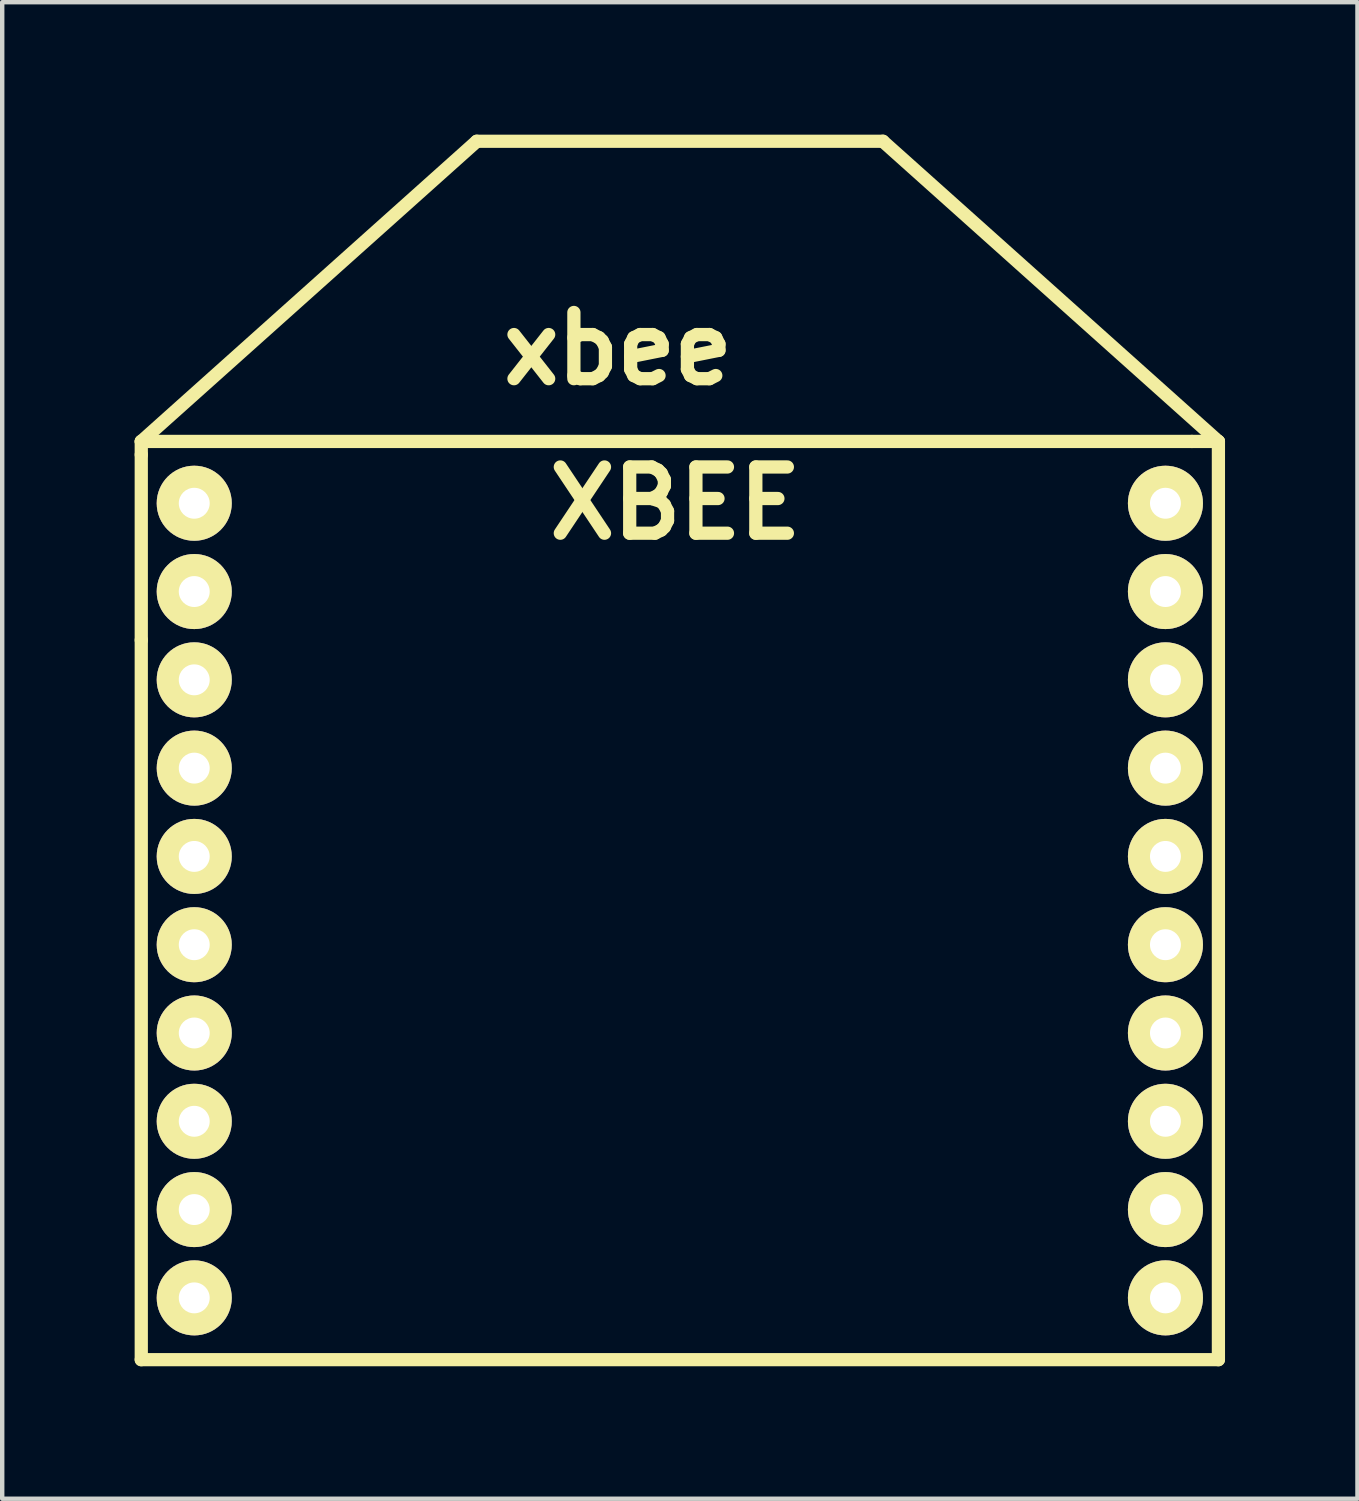
<source format=kicad_pcb>
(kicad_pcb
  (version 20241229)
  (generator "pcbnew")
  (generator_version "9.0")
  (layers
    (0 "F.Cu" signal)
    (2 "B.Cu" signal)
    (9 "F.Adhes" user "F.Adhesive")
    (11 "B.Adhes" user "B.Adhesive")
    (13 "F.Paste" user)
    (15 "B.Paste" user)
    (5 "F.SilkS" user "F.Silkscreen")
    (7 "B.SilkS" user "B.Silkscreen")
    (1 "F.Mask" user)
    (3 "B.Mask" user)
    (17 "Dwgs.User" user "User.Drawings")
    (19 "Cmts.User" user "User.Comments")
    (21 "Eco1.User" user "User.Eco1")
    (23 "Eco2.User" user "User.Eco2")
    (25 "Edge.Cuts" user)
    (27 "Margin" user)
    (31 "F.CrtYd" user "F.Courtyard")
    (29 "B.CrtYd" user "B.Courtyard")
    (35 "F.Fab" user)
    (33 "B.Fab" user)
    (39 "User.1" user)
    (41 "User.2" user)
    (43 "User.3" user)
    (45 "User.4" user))
  (footprint "xbee"
    (layer "F.Cu")
    (at 1.35 8.35)
    (property "Reference" "xbee" (at 9.6 -3.5 0) (layer "F.SilkS") (effects (font (size 1.5 1.5) (thickness 0.3))))
    (attr through_hole)
    (fp_line (start -1.2 -1.4) (end 22.6 -1.4) (stroke (width 0.3) (type solid)) (layer "F.SilkS"))
    (fp_line (start -1.2 -1.1) (end -1.2 -1.4) (stroke (width 0.3) (type solid)) (layer "F.SilkS"))
    (fp_line (start -1.2 3.1) (end -1.2 -1.1) (stroke (width 0.3) (type solid)) (layer "F.SilkS"))
    (fp_line (start -1.2 19.4) (end -1.2 3.1) (stroke (width 0.3) (type solid)) (layer "F.SilkS"))
    (fp_line (start -1.2 19.4) (end 23.2 19.4) (stroke (width 0.3) (type solid)) (layer "F.SilkS"))
    (fp_line (start 6.4 -8.2) (end -1.2 -1.4) (stroke (width 0.3) (type solid)) (layer "F.SilkS"))
    (fp_line (start 15.6 -8.2) (end 6.4 -8.2) (stroke (width 0.3) (type solid)) (layer "F.SilkS"))
    (fp_line (start 15.6 -8.2) (end 23.2 -1.4) (stroke (width 0.3) (type solid)) (layer "F.SilkS"))
    (fp_line (start 23.2 -1.4) (end 22.6 -1.4) (stroke (width 0.3) (type solid)) (layer "F.SilkS"))
    (fp_line (start 23.2 -1.4) (end 23.2 19.4) (stroke (width 0.3) (type solid)) (layer "F.SilkS"))
    (fp_text user "XBEE" (at 10.9 0 0) (layer "F.SilkS") (effects (font (size 1.5 1.5) (thickness 0.3))))
    (pad "1" thru_hole circle (at 0 0) (size 1.7 1.7) (drill 0.7) (layers "*.Cu" "*.Mask" "F.SilkS"))
    (pad "2" thru_hole circle (at 0 2) (size 1.7 1.7) (drill 0.7) (layers "*.Cu" "*.Mask" "F.SilkS"))
    (pad "3" thru_hole circle (at 0 4) (size 1.7 1.7) (drill 0.7) (layers "*.Cu" "*.Mask" "F.SilkS"))
    (pad "4" thru_hole circle (at 0 6) (size 1.7 1.7) (drill 0.7) (layers "*.Cu" "*.Mask" "F.SilkS"))
    (pad "5" thru_hole circle (at 0 8) (size 1.7 1.7) (drill 0.7) (layers "*.Cu" "*.Mask" "F.SilkS"))
    (pad "6" thru_hole circle (at 0 10) (size 1.7 1.7) (drill 0.7) (layers "*.Cu" "*.Mask" "F.SilkS"))
    (pad "7" thru_hole circle (at 0 12) (size 1.7 1.7) (drill 0.7) (layers "*.Cu" "*.Mask" "F.SilkS"))
    (pad "8" thru_hole circle (at 0 14) (size 1.7 1.7) (drill 0.7) (layers "*.Cu" "*.Mask" "F.SilkS"))
    (pad "9" thru_hole circle (at 0 16) (size 1.7 1.7) (drill 0.7) (layers "*.Cu" "*.Mask" "F.SilkS"))
    (pad "10" thru_hole circle (at 0 18) (size 1.7 1.7) (drill 0.7) (layers "*.Cu" "*.Mask" "F.SilkS"))
    (pad "11" thru_hole circle (at 22 18) (size 1.7 1.7) (drill 0.7) (layers "*.Cu" "*.Mask" "F.SilkS"))
    (pad "12" thru_hole circle (at 22 16) (size 1.7 1.7) (drill 0.7) (layers "*.Cu" "*.Mask" "F.SilkS"))
    (pad "13" thru_hole circle (at 22 14) (size 1.7 1.7) (drill 0.7) (layers "*.Cu" "*.Mask" "F.SilkS"))
    (pad "14" thru_hole circle (at 22 12) (size 1.7 1.7) (drill 0.7) (layers "*.Cu" "*.Mask" "F.SilkS"))
    (pad "15" thru_hole circle (at 22 10) (size 1.7 1.7) (drill 0.7) (layers "*.Cu" "*.Mask" "F.SilkS"))
    (pad "16" thru_hole circle (at 22 8) (size 1.7 1.7) (drill 0.7) (layers "*.Cu" "*.Mask" "F.SilkS"))
    (pad "17" thru_hole circle (at 22 6) (size 1.7 1.7) (drill 0.7) (layers "*.Cu" "*.Mask" "F.SilkS"))
    (pad "18" thru_hole circle (at 22 4) (size 1.7 1.7) (drill 0.7) (layers "*.Cu" "F.Mask" "F.SilkS"))
    (pad "19" thru_hole circle (at 22 2) (size 1.7 1.7) (drill 0.7) (layers "*.Cu" "*.Mask" "F.SilkS"))
    (pad "20" thru_hole circle (at 22 0) (size 1.7 1.7) (drill 0.7) (layers "*.Cu" "*.Mask" "F.SilkS")))
  (gr_rect
    (start -3 -3)
    (end 27.7 30.9)
    (stroke (width 0.1) (type default))
    (fill no)
    (layer "Edge.Cuts")))
</source>
